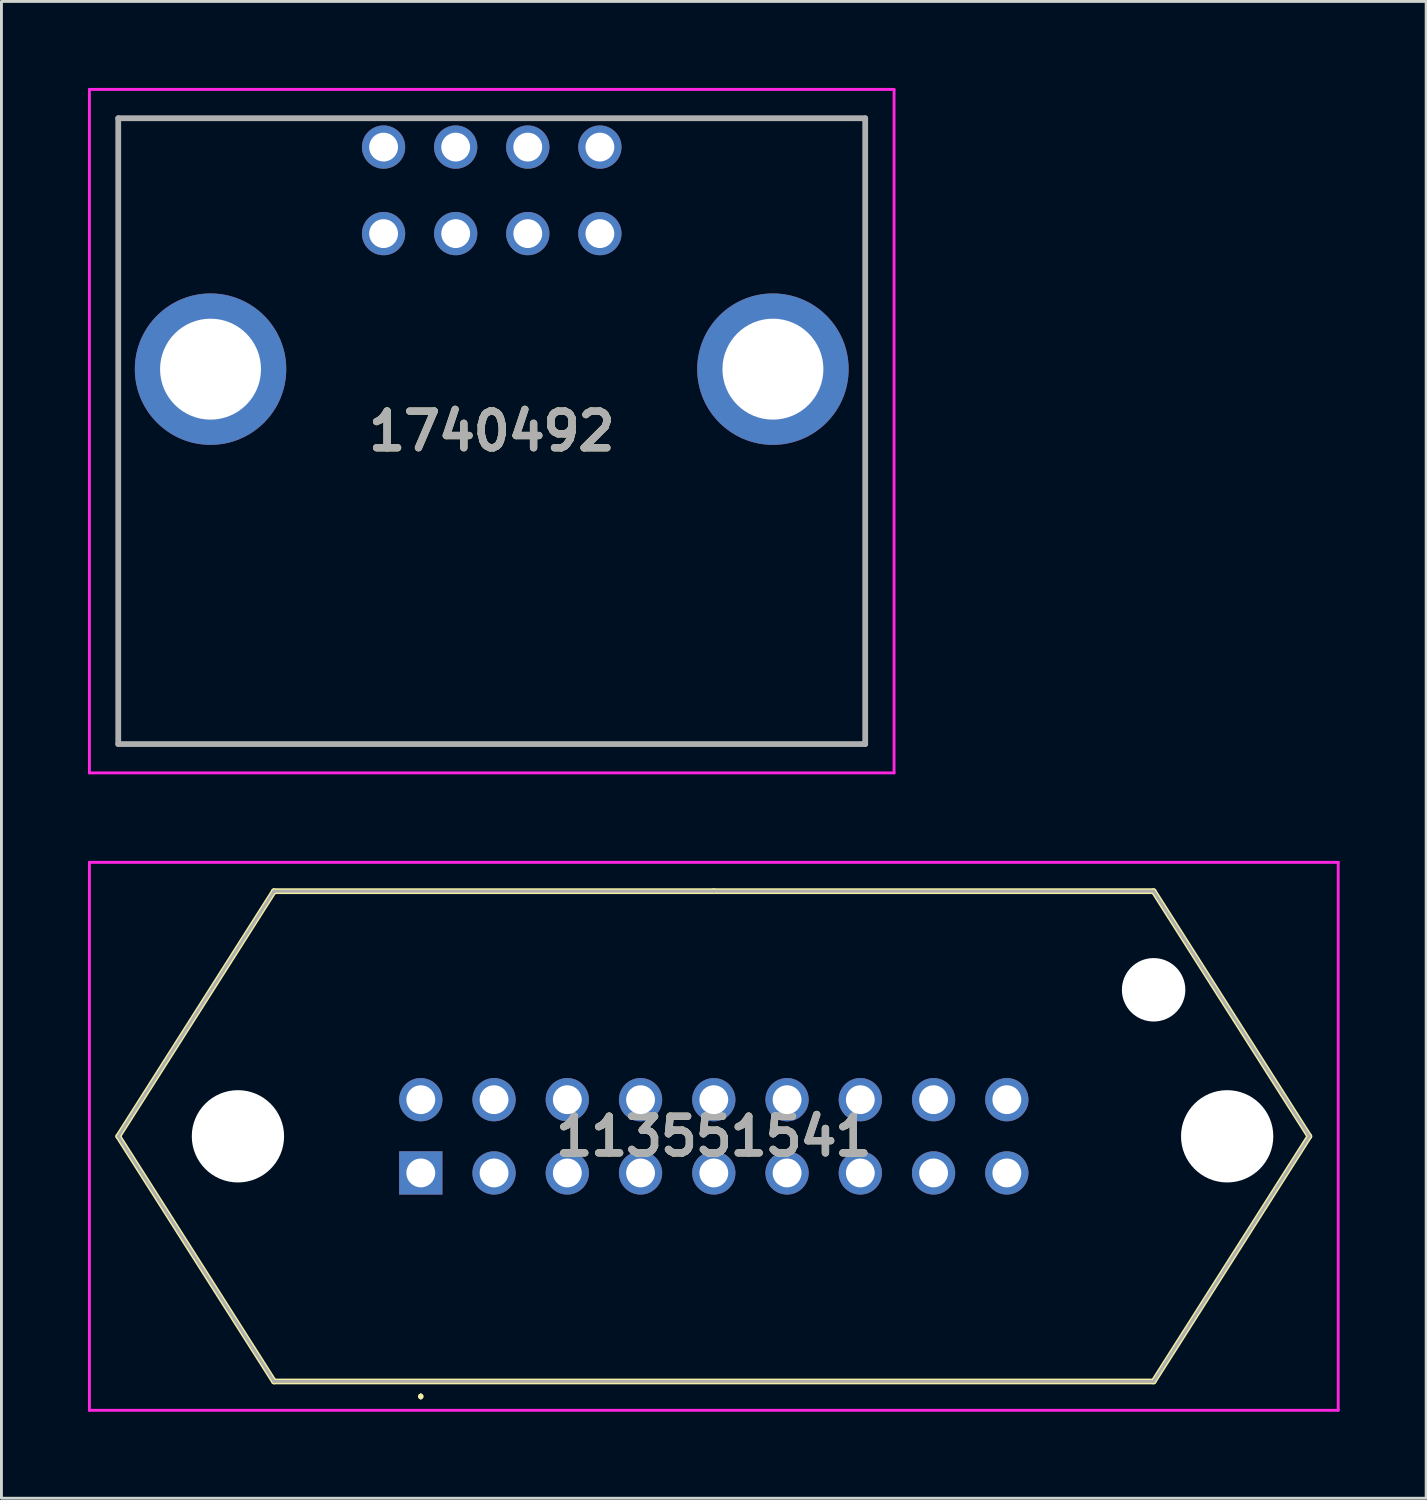
<source format=kicad_pcb>
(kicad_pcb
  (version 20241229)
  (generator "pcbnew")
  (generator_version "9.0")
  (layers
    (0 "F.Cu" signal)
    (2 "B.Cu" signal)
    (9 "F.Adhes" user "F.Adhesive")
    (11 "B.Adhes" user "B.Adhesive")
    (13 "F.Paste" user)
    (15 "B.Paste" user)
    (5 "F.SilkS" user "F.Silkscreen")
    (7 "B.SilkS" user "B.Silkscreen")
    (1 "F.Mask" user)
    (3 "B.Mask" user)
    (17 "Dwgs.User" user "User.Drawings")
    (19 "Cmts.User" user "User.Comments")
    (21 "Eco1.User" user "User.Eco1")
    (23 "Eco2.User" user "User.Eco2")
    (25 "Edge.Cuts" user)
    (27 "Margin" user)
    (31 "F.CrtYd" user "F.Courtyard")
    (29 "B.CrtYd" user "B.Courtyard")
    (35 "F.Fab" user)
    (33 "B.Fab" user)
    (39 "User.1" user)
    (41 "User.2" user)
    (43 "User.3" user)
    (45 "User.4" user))
  (footprint "1740492"
    (layer "F.Cu")
    (at 10.25 5.05)
    (property "Reference" "1740492" (at 3.75 6.85 0) (layer "F.SilkS") (effects (font (size 1.27 1.27) (thickness 0.254))))
    (attr through_hole)
    (fp_line (start -9.2 -4) (end 16.7 -4) (stroke (width 0.1) (type solid)) (layer "F.SilkS"))
    (fp_line (start -9.2 17.7) (end -9.2 -4) (stroke (width 0.1) (type solid)) (layer "F.SilkS"))
    (fp_line (start 16.7 -4) (end 16.7 17.7) (stroke (width 0.1) (type solid)) (layer "F.SilkS"))
    (fp_line (start 16.7 17.7) (end -9.2 17.7) (stroke (width 0.1) (type solid)) (layer "F.SilkS"))
    (fp_line (start -10.2 -5) (end 17.7 -5) (stroke (width 0.1) (type solid)) (layer "F.CrtYd"))
    (fp_line (start -10.2 18.7) (end -10.2 -5) (stroke (width 0.1) (type solid)) (layer "F.CrtYd"))
    (fp_line (start 17.7 -5) (end 17.7 18.7) (stroke (width 0.1) (type solid)) (layer "F.CrtYd"))
    (fp_line (start 17.7 18.7) (end -10.2 18.7) (stroke (width 0.1) (type solid)) (layer "F.CrtYd"))
    (fp_line (start -9.2 -4) (end 16.7 -4) (stroke (width 0.2) (type solid)) (layer "F.Fab"))
    (fp_line (start -9.2 17.7) (end -9.2 -4) (stroke (width 0.2) (type solid)) (layer "F.Fab"))
    (fp_line (start 16.7 -4) (end 16.7 17.7) (stroke (width 0.2) (type solid)) (layer "F.Fab"))
    (fp_line (start 16.7 17.7) (end -9.2 17.7) (stroke (width 0.2) (type solid)) (layer "F.Fab"))
    (fp_text user "${REFERENCE}" (at 3.75 6.85 0) (layer "F.Fab") (effects (font (size 1.27 1.27) (thickness 0.254))))
    (pad "1" thru_hole circle (at 0 0) (size 1.5 1.5) (drill 1) (layers "*.Cu" "*.Mask"))
    (pad "2" thru_hole circle (at 0 -3) (size 1.5 1.5) (drill 1) (layers "*.Cu" "*.Mask"))
    (pad "3" thru_hole circle (at 2.5 0) (size 1.5 1.5) (drill 1) (layers "*.Cu" "*.Mask"))
    (pad "4" thru_hole circle (at 2.5 -3) (size 1.5 1.5) (drill 1) (layers "*.Cu" "*.Mask"))
    (pad "5" thru_hole circle (at 5 0) (size 1.5 1.5) (drill 1) (layers "*.Cu" "*.Mask"))
    (pad "6" thru_hole circle (at 5 -3) (size 1.5 1.5) (drill 1) (layers "*.Cu" "*.Mask"))
    (pad "7" thru_hole circle (at 7.5 0) (size 1.5 1.5) (drill 1) (layers "*.Cu" "*.Mask"))
    (pad "8" thru_hole circle (at 7.5 -3) (size 1.5 1.5) (drill 1) (layers "*.Cu" "*.Mask"))
    (pad "MH1" thru_hole circle (at -6 4.7) (size 5.25 5.25) (drill 3.5) (layers "*.Cu" "*.Mask"))
    (pad "MH2" thru_hole circle (at 13.5 4.7) (size 5.25 5.25) (drill 3.5) (layers "*.Cu" "*.Mask")))
  (footprint "113551541"
    (layer "F.Cu")
    (at 11.54 37.62)
    (property "Reference" "113551541" (at 10.16 -1.27 0) (layer "F.SilkS") (effects (font (size 1.27 1.27) (thickness 0.254))))
    (attr through_hole)
    (fp_line (start -10.49 -1.27) (end -5.09 7.23) (stroke (width 0.2) (type solid)) (layer "F.SilkS"))
    (fp_line (start -5.09 -9.77) (end -10.49 -1.27) (stroke (width 0.2) (type solid)) (layer "F.SilkS"))
    (fp_line (start -5.09 7.23) (end 25.41 7.23) (stroke (width 0.2) (type solid)) (layer "F.SilkS"))
    (fp_line (start 0 7.7) (end 0 7.7) (stroke (width 0.1) (type solid)) (layer "F.SilkS"))
    (fp_line (start 0 7.8) (end 0 7.8) (stroke (width 0.1) (type solid)) (layer "F.SilkS"))
    (fp_line (start 10.16 -9.77) (end -5.09 -9.77) (stroke (width 0.2) (type solid)) (layer "F.SilkS"))
    (fp_line (start 25.41 -9.77) (end 10.16 -9.77) (stroke (width 0.2) (type solid)) (layer "F.SilkS"))
    (fp_line (start 25.41 7.23) (end 30.81 -1.27) (stroke (width 0.2) (type solid)) (layer "F.SilkS"))
    (fp_line (start 30.81 -1.27) (end 25.41 -9.77) (stroke (width 0.2) (type solid)) (layer "F.SilkS"))
    (fp_arc (start 0 7.7) (mid 0.05 7.75) (end 0 7.8) (stroke (width 0.1) (type solid)) (layer "F.SilkS"))
    (fp_arc (start 0 7.8) (mid -0.05 7.75) (end 0 7.7) (stroke (width 0.1) (type solid)) (layer "F.SilkS"))
    (fp_line (start -11.49 -10.77) (end 31.81 -10.77) (stroke (width 0.1) (type solid)) (layer "F.CrtYd"))
    (fp_line (start -11.49 8.23) (end -11.49 -10.77) (stroke (width 0.1) (type solid)) (layer "F.CrtYd"))
    (fp_line (start 31.81 -10.77) (end 31.81 8.23) (stroke (width 0.1) (type solid)) (layer "F.CrtYd"))
    (fp_line (start 31.81 8.23) (end -11.49 8.23) (stroke (width 0.1) (type solid)) (layer "F.CrtYd"))
    (fp_line (start -10.49 -1.27) (end -5.09 7.23) (stroke (width 0.1) (type solid)) (layer "F.Fab"))
    (fp_line (start -5.09 -9.77) (end -10.49 -1.27) (stroke (width 0.1) (type solid)) (layer "F.Fab"))
    (fp_line (start -5.09 7.23) (end 25.41 7.23) (stroke (width 0.1) (type solid)) (layer "F.Fab"))
    (fp_line (start 10.16 -9.77) (end -5.09 -9.77) (stroke (width 0.1) (type solid)) (layer "F.Fab"))
    (fp_line (start 25.41 -9.77) (end 10.16 -9.77) (stroke (width 0.1) (type solid)) (layer "F.Fab"))
    (fp_line (start 25.41 7.23) (end 30.81 -1.27) (stroke (width 0.1) (type solid)) (layer "F.Fab"))
    (fp_line (start 30.81 -1.27) (end 25.41 -9.77) (stroke (width 0.1) (type solid)) (layer "F.Fab"))
    (fp_text user "${REFERENCE}" (at 10.16 -1.27 0) (layer "F.Fab") (effects (font (size 1.27 1.27) (thickness 0.254))))
    (pad "" np_thru_hole circle (at -6.34 -1.27) (size 3.2 3.2) (drill 3.2) (layers "*.Cu" "*.Mask"))
    (pad "" np_thru_hole circle (at 25.41 -6.35) (size 2.2 2.2) (drill 2.2) (layers "*.Cu" "*.Mask"))
    (pad "" np_thru_hole circle (at 27.96 -1.27) (size 3.2 3.2) (drill 3.2) (layers "*.Cu" "*.Mask"))
    (pad "1" thru_hole rect (at 0 0) (size 1.5 1.5) (drill 1) (layers "*.Cu" "*.Mask"))
    (pad "2" thru_hole circle (at 2.54 0) (size 1.5 1.5) (drill 1) (layers "*.Cu" "*.Mask"))
    (pad "3" thru_hole circle (at 5.08 0) (size 1.5 1.5) (drill 1) (layers "*.Cu" "*.Mask"))
    (pad "4" thru_hole circle (at 7.62 0) (size 1.5 1.5) (drill 1) (layers "*.Cu" "*.Mask"))
    (pad "5" thru_hole circle (at 10.16 0) (size 1.5 1.5) (drill 1) (layers "*.Cu" "*.Mask"))
    (pad "6" thru_hole circle (at 12.7 0) (size 1.5 1.5) (drill 1) (layers "*.Cu" "*.Mask"))
    (pad "7" thru_hole circle (at 15.24 0) (size 1.5 1.5) (drill 1) (layers "*.Cu" "*.Mask"))
    (pad "8" thru_hole circle (at 17.78 0) (size 1.5 1.5) (drill 1) (layers "*.Cu" "*.Mask"))
    (pad "9" thru_hole circle (at 20.32 0) (size 1.5 1.5) (drill 1) (layers "*.Cu" "*.Mask"))
    (pad "10" thru_hole circle (at 0 -2.54) (size 1.5 1.5) (drill 1) (layers "*.Cu" "*.Mask"))
    (pad "11" thru_hole circle (at 2.54 -2.54) (size 1.5 1.5) (drill 1) (layers "*.Cu" "*.Mask"))
    (pad "12" thru_hole circle (at 5.08 -2.54) (size 1.5 1.5) (drill 1) (layers "*.Cu" "*.Mask"))
    (pad "13" thru_hole circle (at 7.62 -2.54) (size 1.5 1.5) (drill 1) (layers "*.Cu" "*.Mask"))
    (pad "14" thru_hole circle (at 10.16 -2.54) (size 1.5 1.5) (drill 1) (layers "*.Cu" "*.Mask"))
    (pad "15" thru_hole circle (at 12.7 -2.54) (size 1.5 1.5) (drill 1) (layers "*.Cu" "*.Mask"))
    (pad "16" thru_hole circle (at 15.24 -2.54) (size 1.5 1.5) (drill 1) (layers "*.Cu" "*.Mask"))
    (pad "17" thru_hole circle (at 17.78 -2.54) (size 1.5 1.5) (drill 1) (layers "*.Cu" "*.Mask"))
    (pad "18" thru_hole circle (at 20.32 -2.54) (size 1.5 1.5) (drill 1) (layers "*.Cu" "*.Mask")))
  (gr_rect
    (start -3 -3)
    (end 46.4 48.9)
    (stroke (width 0.1) (type default))
    (fill no)
    (layer "Edge.Cuts")))
</source>
